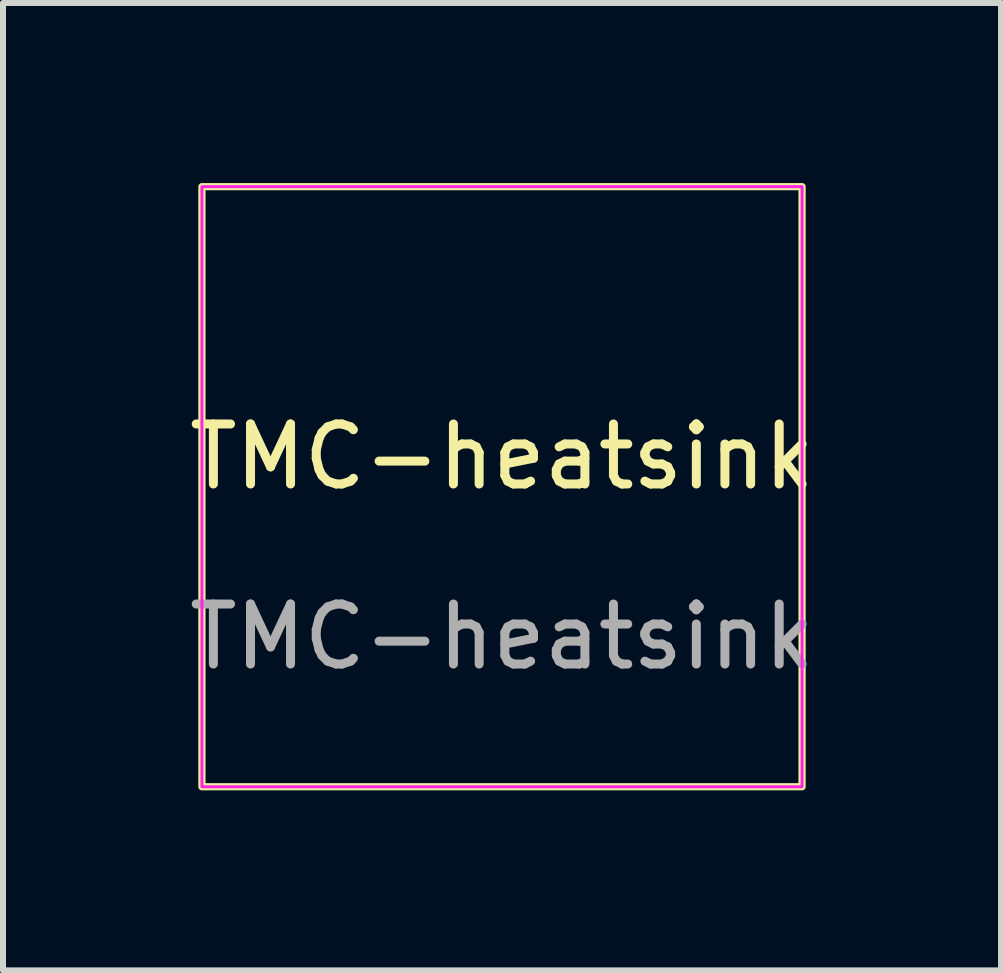
<source format=kicad_pcb>
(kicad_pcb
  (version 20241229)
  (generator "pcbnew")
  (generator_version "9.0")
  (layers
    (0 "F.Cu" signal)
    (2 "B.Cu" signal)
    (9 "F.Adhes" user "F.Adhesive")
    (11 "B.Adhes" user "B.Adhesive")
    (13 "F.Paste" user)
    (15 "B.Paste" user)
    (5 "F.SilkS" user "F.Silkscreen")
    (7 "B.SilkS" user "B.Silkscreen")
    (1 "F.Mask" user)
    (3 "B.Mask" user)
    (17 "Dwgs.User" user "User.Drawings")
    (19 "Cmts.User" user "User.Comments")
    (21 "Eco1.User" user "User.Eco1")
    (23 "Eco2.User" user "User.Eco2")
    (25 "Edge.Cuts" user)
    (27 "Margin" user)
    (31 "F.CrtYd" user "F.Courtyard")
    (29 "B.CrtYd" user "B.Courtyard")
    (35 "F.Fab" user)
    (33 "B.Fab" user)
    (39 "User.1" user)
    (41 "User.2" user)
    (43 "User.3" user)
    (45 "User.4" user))
  (footprint "TMC-heatsink"
    (layer "F.Cu")
    (at 5.315 5.06)
    (property "Reference" "TMC-heatsink" (at 0 -0.5 0) (unlocked yes) (layer "F.SilkS") (effects (font (size 1 1) (thickness 0.15))))
    (attr smd)
    (fp_rect (start -5 -5) (end 5 5) (stroke (width 0.12) (type solid)) (fill no) (layer "F.SilkS"))
    (fp_rect (start -5 -5) (end 5 5) (stroke (width 0.05) (type solid)) (fill no) (layer "F.CrtYd"))
    (fp_text user "${REFERENCE}" (at 0 2.5 0) (unlocked yes) (layer "F.Fab") (effects (font (size 1 1) (thickness 0.15)))))
  (gr_rect
    (start -3 -3)
    (end 13.631 13.12)
    (stroke (width 0.1) (type default))
    (fill no)
    (layer "Edge.Cuts")))
</source>
